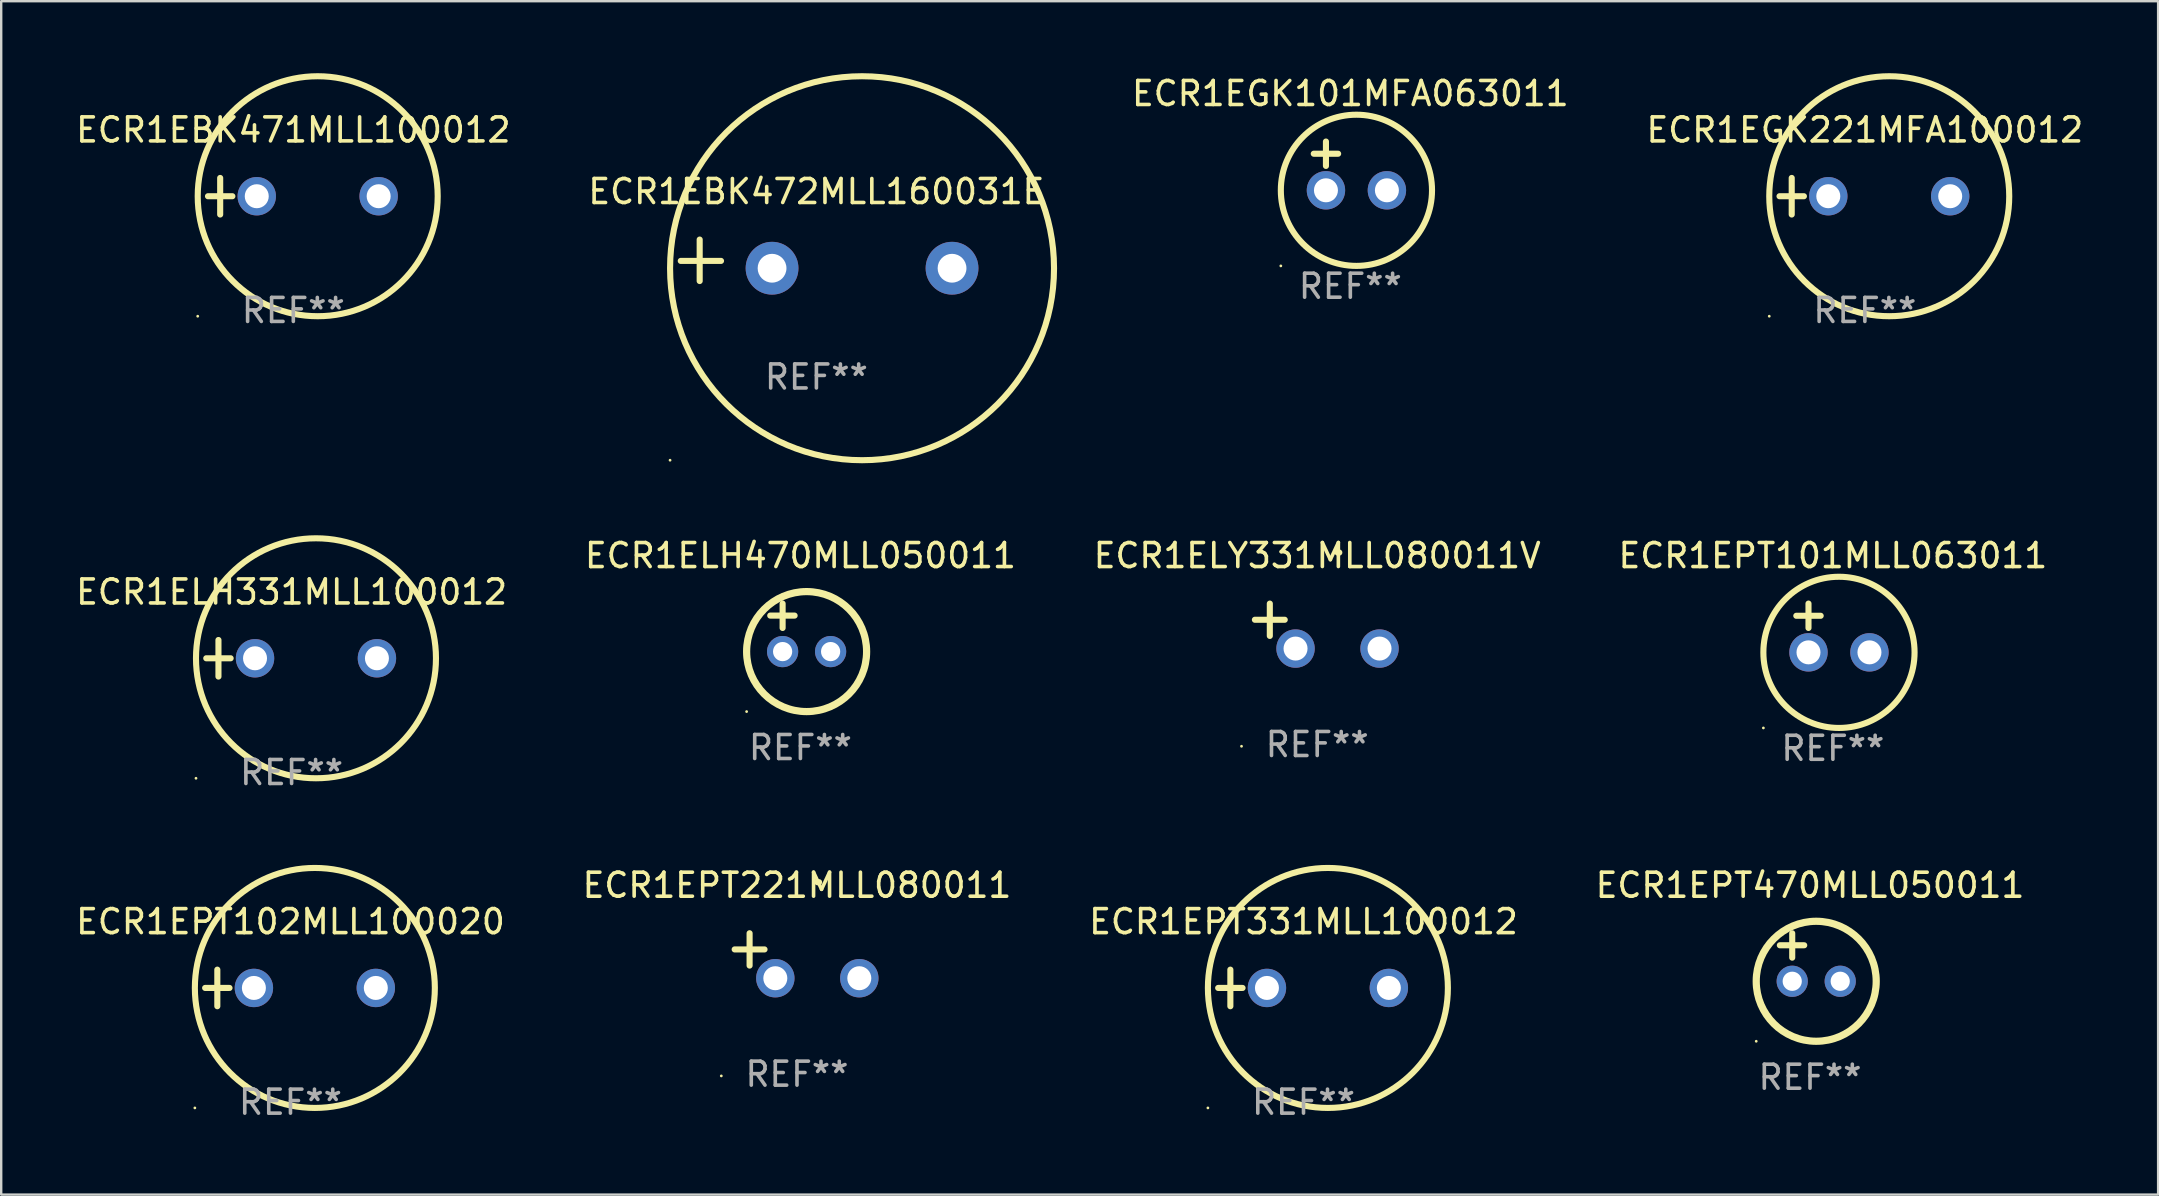
<source format=kicad_pcb>
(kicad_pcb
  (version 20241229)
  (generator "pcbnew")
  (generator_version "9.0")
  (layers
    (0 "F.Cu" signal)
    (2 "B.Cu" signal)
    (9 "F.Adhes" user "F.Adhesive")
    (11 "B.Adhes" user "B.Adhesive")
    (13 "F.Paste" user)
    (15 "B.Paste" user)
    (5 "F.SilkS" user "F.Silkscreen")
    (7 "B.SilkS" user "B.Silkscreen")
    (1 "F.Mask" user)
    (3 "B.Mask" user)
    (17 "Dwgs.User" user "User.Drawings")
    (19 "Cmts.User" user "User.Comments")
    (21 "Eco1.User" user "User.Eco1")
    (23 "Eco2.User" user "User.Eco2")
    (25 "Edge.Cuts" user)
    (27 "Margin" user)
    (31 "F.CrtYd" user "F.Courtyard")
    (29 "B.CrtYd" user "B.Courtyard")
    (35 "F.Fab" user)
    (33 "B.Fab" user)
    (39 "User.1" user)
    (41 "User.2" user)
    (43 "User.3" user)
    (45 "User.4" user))
  (footprint "ECR1EPT221MLL080011"
    (layer "F.Cu")
    (at 30.161 36.776)
    (property "Reference" "ECR1EPT221MLL080011" (at 0 -2.937 0) (layer "F.SilkS") (effects (font (size 1 1) (thickness 0.15))))
    (attr through_hole)
    (fp_line (start -1.975 0.41) (end -1.975 -0.937) (stroke (width 0.254) (type solid)) (layer "F.SilkS"))
    (fp_line (start -1.353 -0.263) (end -2.597 -0.263) (stroke (width 0.254) (type solid)) (layer "F.SilkS"))
    (fp_arc (start 0.849809 -3.063957) (mid 0.885369 -3.064114) (end 0.920929 -3.063957) (stroke (width 0.254001) (type solid)) (layer "F.SilkS"))
    (fp_circle (center -3.154 5.008) (end -3.124 5.008) (stroke (width 0.06) (type solid)) (fill no) (layer "F.SilkS"))
    (fp_text user "REF**" (at 0 4.937 0) (layer "F.Fab") (effects (font (size 1 1) (thickness 0.15))))
    (pad "1" thru_hole circle (at -0.903 0.937) (size 1.6 1.6) (drill 1) (layers "*.Cu" "*.Mask"))
    (pad "2" thru_hole circle (at 2.597 0.937) (size 1.6 1.6) (drill 1) (layers "*.Cu" "*.Mask")))
  (footprint "ECR1EPT331MLL100012"
    (layer "F.Cu")
    (at 51.268 38.118)
    (property "Reference" "ECR1EPT331MLL100012" (at 0 -2.762 0) (layer "F.SilkS") (effects (font (size 1 1) (thickness 0.15))))
    (attr through_hole)
    (fp_line (start -3.556 0) (end -2.54 0) (stroke (width 0.254) (type solid)) (layer "F.SilkS"))
    (fp_line (start -3.048 -0.762) (end -3.048 0.762) (stroke (width 0.254) (type solid)) (layer "F.SilkS"))
    (fp_circle (center -3.984 5) (end -3.954 5) (stroke (width 0.06) (type solid)) (fill no) (layer "F.SilkS"))
    (fp_circle (center 1.016 0) (end 6.016 0) (stroke (width 0.254) (type solid)) (fill no) (layer "F.SilkS"))
    (fp_text user "REF**" (at 0 4.762 0) (layer "F.Fab") (effects (font (size 1 1) (thickness 0.15))))
    (pad "1" thru_hole circle (at -1.524 0) (size 1.6 1.6) (drill 1) (layers "*.Cu" "*.Mask"))
    (pad "2" thru_hole circle (at 3.556 0) (size 1.6 1.6) (drill 1) (layers "*.Cu" "*.Mask")))
  (footprint "ECR1EBK472MLL160031E"
    (layer "F.Cu")
    (at 30.97 7.797)
    (property "Reference" "ECR1EBK472MLL160031E" (at 0 -2.864 0) (layer "F.SilkS") (effects (font (size 1 1) (thickness 0.15))))
    (attr through_hole)
    (fp_line (start -4.864 0.864) (end -4.864 -0.864) (stroke (width 0.254) (type solid)) (layer "F.SilkS"))
    (fp_line (start -3.975 0.025) (end -5.652 0.025) (stroke (width 0.254) (type solid)) (layer "F.SilkS"))
    (fp_circle (center -6.098 8.33) (end -6.068 8.33) (stroke (width 0.06) (type solid)) (fill no) (layer "F.SilkS"))
    (fp_circle (center 1.902 0.33) (end 9.902 0.33) (stroke (width 0.254) (type solid)) (fill no) (layer "F.SilkS"))
    (fp_text user "REF**" (at 0 4.864 0) (layer "F.Fab") (effects (font (size 1 1) (thickness 0.15))))
    (pad "1" thru_hole circle (at -1.848 0.33) (size 2.2 2.2) (drill 1.2) (layers "*.Cu" "*.Mask"))
    (pad "2" thru_hole circle (at 5.652 0.33) (size 2.2 2.2) (drill 1.2) (layers "*.Cu" "*.Mask")))
  (footprint "ECR1EPT101MLL063011"
    (layer "F.Cu")
    (at 73.327 23.118)
    (property "Reference" "ECR1EPT101MLL063011" (at 0 -3.016 0) (layer "F.SilkS") (effects (font (size 1 1) (thickness 0.15))))
    (attr through_hole)
    (fp_line (start -1.524 -0.508) (end -0.508 -0.508) (stroke (width 0.254) (type solid)) (layer "F.SilkS"))
    (fp_line (start -1.016 -1.016) (end -1.016 0) (stroke (width 0.254) (type solid)) (layer "F.SilkS"))
    (fp_circle (center -2.896 4.166) (end -2.866 4.166) (stroke (width 0.06) (type solid)) (fill no) (layer "F.SilkS"))
    (fp_circle (center 0.254 1.016) (end 3.404 1.016) (stroke (width 0.254) (type solid)) (fill no) (layer "F.SilkS"))
    (fp_text user "REF**" (at 0 5.016 0) (layer "F.Fab") (effects (font (size 1 1) (thickness 0.15))))
    (pad "1" thru_hole circle (at -1.016 1.016) (size 1.6 1.6) (drill 1) (layers "*.Cu" "*.Mask"))
    (pad "2" thru_hole circle (at 1.524 1.016) (size 1.6 1.6) (drill 1) (layers "*.Cu" "*.Mask")))
  (footprint "ECR1ELY331MLL080011V"
    (layer "F.Cu")
    (at 51.839 23.039)
    (property "Reference" "ECR1ELY331MLL080011V" (at 0 -2.937 0) (layer "F.SilkS") (effects (font (size 1 1) (thickness 0.15))))
    (attr through_hole)
    (fp_line (start -1.975 0.41) (end -1.975 -0.937) (stroke (width 0.254) (type solid)) (layer "F.SilkS"))
    (fp_line (start -1.353 -0.263) (end -2.597 -0.263) (stroke (width 0.254) (type solid)) (layer "F.SilkS"))
    (fp_arc (start 0.849809 -3.063957) (mid 0.885369 -3.064114) (end 0.920929 -3.063957) (stroke (width 0.254001) (type solid)) (layer "F.SilkS"))
    (fp_circle (center -3.154 5.008) (end -3.124 5.008) (stroke (width 0.06) (type solid)) (fill no) (layer "F.SilkS"))
    (fp_text user "REF**" (at 0 4.937 0) (layer "F.Fab") (effects (font (size 1 1) (thickness 0.15))))
    (pad "1" thru_hole circle (at -0.903 0.937) (size 1.6 1.6) (drill 1) (layers "*.Cu" "*.Mask"))
    (pad "2" thru_hole circle (at 2.597 0.937) (size 1.6 1.6) (drill 1) (layers "*.Cu" "*.Mask")))
  (footprint "ECR1EGK101MFA063011"
    (layer "F.Cu")
    (at 53.219 3.864)
    (property "Reference" "ECR1EGK101MFA063011" (at 0 -3.016 0) (layer "F.SilkS") (effects (font (size 1 1) (thickness 0.15))))
    (attr through_hole)
    (fp_line (start -1.524 -0.508) (end -0.508 -0.508) (stroke (width 0.254) (type solid)) (layer "F.SilkS"))
    (fp_line (start -1.016 -1.016) (end -1.016 0) (stroke (width 0.254) (type solid)) (layer "F.SilkS"))
    (fp_circle (center -2.896 4.166) (end -2.866 4.166) (stroke (width 0.06) (type solid)) (fill no) (layer "F.SilkS"))
    (fp_circle (center 0.254 1.016) (end 3.404 1.016) (stroke (width 0.254) (type solid)) (fill no) (layer "F.SilkS"))
    (fp_text user "REF**" (at 0 5.016 0) (layer "F.Fab") (effects (font (size 1 1) (thickness 0.15))))
    (pad "1" thru_hole circle (at -1.016 1.016) (size 1.6 1.6) (drill 1) (layers "*.Cu" "*.Mask"))
    (pad "2" thru_hole circle (at 1.524 1.016) (size 1.6 1.6) (drill 1) (layers "*.Cu" "*.Mask")))
  (footprint "ECR1EPT102MLL100020"
    (layer "F.Cu")
    (at 9.054 38.118)
    (property "Reference" "ECR1EPT102MLL100020" (at 0 -2.762 0) (layer "F.SilkS") (effects (font (size 1 1) (thickness 0.15))))
    (attr through_hole)
    (fp_line (start -3.556 0) (end -2.54 0) (stroke (width 0.254) (type solid)) (layer "F.SilkS"))
    (fp_line (start -3.048 -0.762) (end -3.048 0.762) (stroke (width 0.254) (type solid)) (layer "F.SilkS"))
    (fp_circle (center -3.984 5) (end -3.954 5) (stroke (width 0.06) (type solid)) (fill no) (layer "F.SilkS"))
    (fp_circle (center 1.016 0) (end 6.016 0) (stroke (width 0.254) (type solid)) (fill no) (layer "F.SilkS"))
    (fp_text user "REF**" (at 0 4.762 0) (layer "F.Fab") (effects (font (size 1 1) (thickness 0.15))))
    (pad "1" thru_hole circle (at -1.524 0) (size 1.6 1.6) (drill 1) (layers "*.Cu" "*.Mask"))
    (pad "2" thru_hole circle (at 3.556 0) (size 1.6 1.6) (drill 1) (layers "*.Cu" "*.Mask")))
  (footprint "ECR1EBK471MLL100012"
    (layer "F.Cu")
    (at 9.173 5.127)
    (property "Reference" "ECR1EBK471MLL100012" (at 0 -2.762 0) (layer "F.SilkS") (effects (font (size 1 1) (thickness 0.15))))
    (attr through_hole)
    (fp_line (start -3.556 0) (end -2.54 0) (stroke (width 0.254) (type solid)) (layer "F.SilkS"))
    (fp_line (start -3.048 -0.762) (end -3.048 0.762) (stroke (width 0.254) (type solid)) (layer "F.SilkS"))
    (fp_circle (center -3.984 5) (end -3.954 5) (stroke (width 0.06) (type solid)) (fill no) (layer "F.SilkS"))
    (fp_circle (center 1.016 0) (end 6.016 0) (stroke (width 0.254) (type solid)) (fill no) (layer "F.SilkS"))
    (fp_text user "REF**" (at 0 4.762 0) (layer "F.Fab") (effects (font (size 1 1) (thickness 0.15))))
    (pad "1" thru_hole circle (at -1.524 0) (size 1.6 1.6) (drill 1) (layers "*.Cu" "*.Mask"))
    (pad "2" thru_hole circle (at 3.556 0) (size 1.6 1.6) (drill 1) (layers "*.Cu" "*.Mask")))
  (footprint "ECR1ELH331MLL100012"
    (layer "F.Cu")
    (at 9.101 24.381)
    (property "Reference" "ECR1ELH331MLL100012" (at 0 -2.762 0) (layer "F.SilkS") (effects (font (size 1 1) (thickness 0.15))))
    (attr through_hole)
    (fp_line (start -3.556 0) (end -2.54 0) (stroke (width 0.254) (type solid)) (layer "F.SilkS"))
    (fp_line (start -3.048 -0.762) (end -3.048 0.762) (stroke (width 0.254) (type solid)) (layer "F.SilkS"))
    (fp_circle (center -3.984 5) (end -3.954 5) (stroke (width 0.06) (type solid)) (fill no) (layer "F.SilkS"))
    (fp_circle (center 1.016 0) (end 6.016 0) (stroke (width 0.254) (type solid)) (fill no) (layer "F.SilkS"))
    (fp_text user "REF**" (at 0 4.762 0) (layer "F.Fab") (effects (font (size 1 1) (thickness 0.15))))
    (pad "1" thru_hole circle (at -1.524 0) (size 1.6 1.6) (drill 1) (layers "*.Cu" "*.Mask"))
    (pad "2" thru_hole circle (at 3.556 0) (size 1.6 1.6) (drill 1) (layers "*.Cu" "*.Mask")))
  (footprint "ECR1ELH470MLL050011"
    (layer "F.Cu")
    (at 30.304 23.102)
    (property "Reference" "ECR1ELH470MLL050011" (at 0 -3 0) (layer "F.SilkS") (effects (font (size 1 1) (thickness 0.15))))
    (attr through_hole)
    (fp_line (start -1.258 -0.5) (end -0.242 -0.5) (stroke (width 0.254) (type solid)) (layer "F.SilkS"))
    (fp_line (start -0.742 -1) (end -0.742 0.016) (stroke (width 0.254) (type solid)) (layer "F.SilkS"))
    (fp_circle (center -2.242 3.5) (end -2.212 3.5) (stroke (width 0.06) (type solid)) (fill no) (layer "F.SilkS"))
    (fp_circle (center 0.258 1) (end 2.758 1) (stroke (width 0.3) (type solid)) (fill no) (layer "F.SilkS"))
    (fp_text user "REF**" (at 0 5 0) (layer "F.Fab") (effects (font (size 1 1) (thickness 0.15))))
    (pad "1" thru_hole circle (at -0.742 1) (size 1.3 1.3) (drill 0.8) (layers "*.Cu" "*.Mask"))
    (pad "2" thru_hole circle (at 1.258 1) (size 1.3 1.3) (drill 0.8) (layers "*.Cu" "*.Mask")))
  (footprint "ECR1EPT470MLL050011"
    (layer "F.Cu")
    (at 72.375 36.84)
    (property "Reference" "ECR1EPT470MLL050011" (at 0 -3 0) (layer "F.SilkS") (effects (font (size 1 1) (thickness 0.15))))
    (attr through_hole)
    (fp_line (start -1.258 -0.5) (end -0.242 -0.5) (stroke (width 0.254) (type solid)) (layer "F.SilkS"))
    (fp_line (start -0.742 -1) (end -0.742 0.016) (stroke (width 0.254) (type solid)) (layer "F.SilkS"))
    (fp_circle (center -2.242 3.5) (end -2.212 3.5) (stroke (width 0.06) (type solid)) (fill no) (layer "F.SilkS"))
    (fp_circle (center 0.258 1) (end 2.758 1) (stroke (width 0.3) (type solid)) (fill no) (layer "F.SilkS"))
    (fp_text user "REF**" (at 0 5 0) (layer "F.Fab") (effects (font (size 1 1) (thickness 0.15))))
    (pad "1" thru_hole circle (at -0.742 1) (size 1.3 1.3) (drill 0.8) (layers "*.Cu" "*.Mask"))
    (pad "2" thru_hole circle (at 1.258 1) (size 1.3 1.3) (drill 0.8) (layers "*.Cu" "*.Mask")))
  (footprint "ECR1EGK221MFA100012"
    (layer "F.Cu")
    (at 74.66 5.127)
    (property "Reference" "ECR1EGK221MFA100012" (at 0 -2.762 0) (layer "F.SilkS") (effects (font (size 1 1) (thickness 0.15))))
    (attr through_hole)
    (fp_line (start -3.556 0) (end -2.54 0) (stroke (width 0.254) (type solid)) (layer "F.SilkS"))
    (fp_line (start -3.048 -0.762) (end -3.048 0.762) (stroke (width 0.254) (type solid)) (layer "F.SilkS"))
    (fp_circle (center -3.984 5) (end -3.954 5) (stroke (width 0.06) (type solid)) (fill no) (layer "F.SilkS"))
    (fp_circle (center 1.016 0) (end 6.016 0) (stroke (width 0.254) (type solid)) (fill no) (layer "F.SilkS"))
    (fp_text user "REF**" (at 0 4.762 0) (layer "F.Fab") (effects (font (size 1 1) (thickness 0.15))))
    (pad "1" thru_hole circle (at -1.524 0) (size 1.6 1.6) (drill 1) (layers "*.Cu" "*.Mask"))
    (pad "2" thru_hole circle (at 3.556 0) (size 1.6 1.6) (drill 1) (layers "*.Cu" "*.Mask")))
  (gr_rect
    (start -3 -3)
    (end 86.88 46.729)
    (stroke (width 0.1) (type default))
    (fill no)
    (layer "Edge.Cuts")))
</source>
